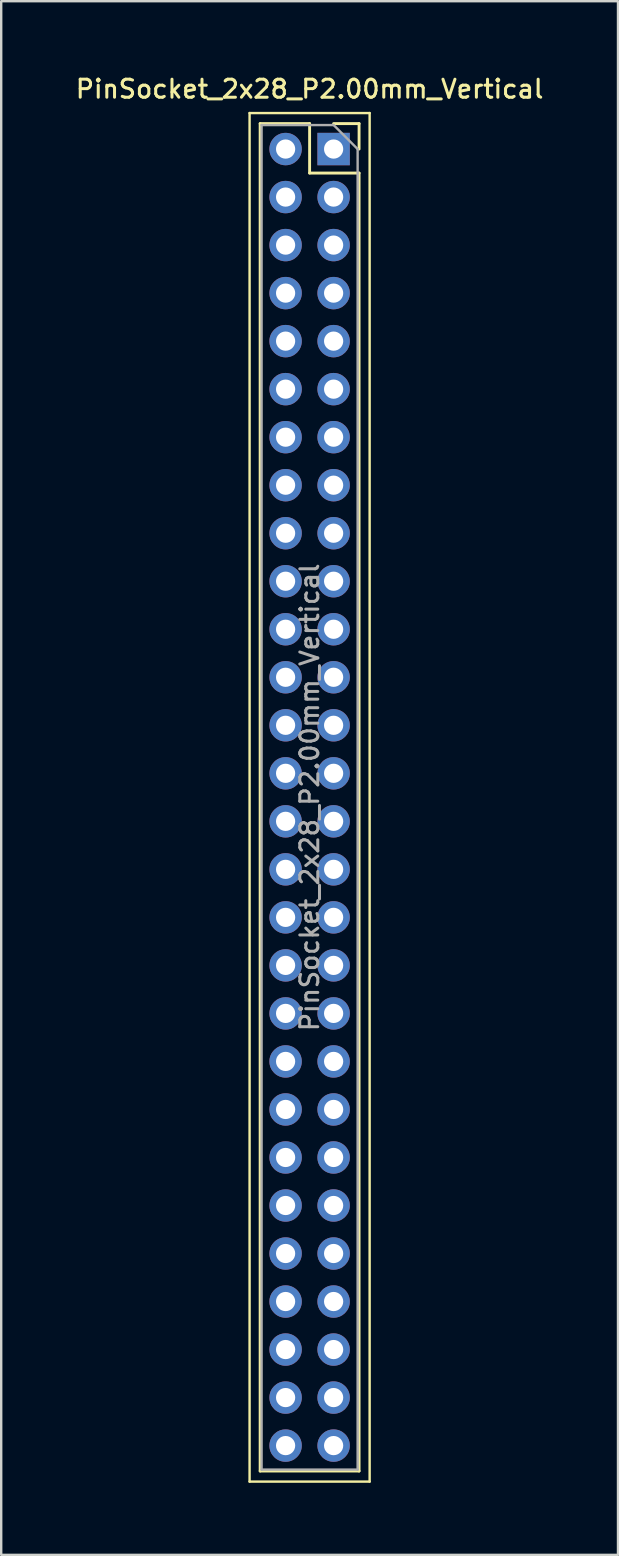
<source format=kicad_pcb>
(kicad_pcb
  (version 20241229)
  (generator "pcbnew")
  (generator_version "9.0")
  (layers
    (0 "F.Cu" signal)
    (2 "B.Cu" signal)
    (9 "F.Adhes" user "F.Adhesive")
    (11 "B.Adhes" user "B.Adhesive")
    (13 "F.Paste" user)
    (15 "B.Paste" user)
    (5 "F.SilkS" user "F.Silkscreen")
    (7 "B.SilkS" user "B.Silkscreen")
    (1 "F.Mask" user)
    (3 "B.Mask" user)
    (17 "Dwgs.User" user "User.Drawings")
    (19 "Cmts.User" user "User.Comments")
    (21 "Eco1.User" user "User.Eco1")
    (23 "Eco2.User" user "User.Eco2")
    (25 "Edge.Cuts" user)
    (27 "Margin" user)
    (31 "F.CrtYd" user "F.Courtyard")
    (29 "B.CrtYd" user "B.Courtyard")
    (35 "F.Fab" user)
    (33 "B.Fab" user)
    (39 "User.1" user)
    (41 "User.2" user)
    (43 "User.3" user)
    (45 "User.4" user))
  (footprint "PinSocket_2x28_P2.00mm_Vertical"
    (layer "F.Cu")
    (at 10.845 3.158)
    (property "Reference" "PinSocket_2x28_P2.00mm_Vertical" (at -1 -2.5 0) (layer "F.SilkS") (effects (font (size 0.75 0.75) (thickness 0.125))))
    (attr through_hole)
    (fp_line (start -3.5 -1.5) (end 1.5 -1.5) (stroke (width 0.1) (type solid)) (layer "F.SilkS"))
    (fp_line (start -3.5 55.5) (end -3.5 -1.5) (stroke (width 0.1) (type solid)) (layer "F.SilkS"))
    (fp_line (start -3.06 -1.06) (end -3.06 55.06) (stroke (width 0.12) (type solid)) (layer "F.SilkS"))
    (fp_line (start -3.06 -1.06) (end -1 -1.06) (stroke (width 0.12) (type solid)) (layer "F.SilkS"))
    (fp_line (start -3.06 55.06) (end 1.06 55.06) (stroke (width 0.12) (type solid)) (layer "F.SilkS"))
    (fp_line (start -1 -1.06) (end -1 1) (stroke (width 0.12) (type solid)) (layer "F.SilkS"))
    (fp_line (start -1 1) (end 1.06 1) (stroke (width 0.12) (type solid)) (layer "F.SilkS"))
    (fp_line (start 0 -1.06) (end 1.06 -1.06) (stroke (width 0.12) (type solid)) (layer "F.SilkS"))
    (fp_line (start 1.06 -1.06) (end 1.06 0) (stroke (width 0.12) (type solid)) (layer "F.SilkS"))
    (fp_line (start 1.06 1) (end 1.06 55.06) (stroke (width 0.12) (type solid)) (layer "F.SilkS"))
    (fp_line (start 1.5 -1.5) (end 1.5 55.5) (stroke (width 0.1) (type solid)) (layer "F.SilkS"))
    (fp_line (start 1.5 55.5) (end -3.5 55.5) (stroke (width 0.1) (type solid)) (layer "F.SilkS"))
    (fp_line (start -3 -1) (end 0 -1) (stroke (width 0.1) (type solid)) (layer "F.Fab"))
    (fp_line (start -3 55) (end -3 -1) (stroke (width 0.1) (type solid)) (layer "F.Fab"))
    (fp_line (start 0 -1) (end 1 0) (stroke (width 0.1) (type solid)) (layer "F.Fab"))
    (fp_line (start 1 0) (end 1 55) (stroke (width 0.1) (type solid)) (layer "F.Fab"))
    (fp_line (start 1 55) (end -3 55) (stroke (width 0.1) (type solid)) (layer "F.Fab"))
    (fp_text user "${REFERENCE}" (at -1 27 90) (layer "F.Fab") (effects (font (size 0.75 0.75) (thickness 0.125))))
    (pad "1" thru_hole rect (at 0 0) (size 1.35 1.35) (drill 0.8) (layers "*.Cu" "*.Mask"))
    (pad "2" thru_hole oval (at -2 0) (size 1.35 1.35) (drill 0.8) (layers "*.Cu" "*.Mask"))
    (pad "3" thru_hole oval (at 0 2) (size 1.35 1.35) (drill 0.8) (layers "*.Cu" "*.Mask"))
    (pad "4" thru_hole oval (at -2 2) (size 1.35 1.35) (drill 0.8) (layers "*.Cu" "*.Mask"))
    (pad "5" thru_hole oval (at 0 4) (size 1.35 1.35) (drill 0.8) (layers "*.Cu" "*.Mask"))
    (pad "6" thru_hole oval (at -2 4) (size 1.35 1.35) (drill 0.8) (layers "*.Cu" "*.Mask"))
    (pad "7" thru_hole oval (at 0 6) (size 1.35 1.35) (drill 0.8) (layers "*.Cu" "*.Mask"))
    (pad "8" thru_hole oval (at -2 6) (size 1.35 1.35) (drill 0.8) (layers "*.Cu" "*.Mask"))
    (pad "9" thru_hole oval (at 0 8) (size 1.35 1.35) (drill 0.8) (layers "*.Cu" "*.Mask"))
    (pad "10" thru_hole oval (at -2 8) (size 1.35 1.35) (drill 0.8) (layers "*.Cu" "*.Mask"))
    (pad "11" thru_hole oval (at 0 10) (size 1.35 1.35) (drill 0.8) (layers "*.Cu" "*.Mask"))
    (pad "12" thru_hole oval (at -2 10) (size 1.35 1.35) (drill 0.8) (layers "*.Cu" "*.Mask"))
    (pad "13" thru_hole oval (at 0 12) (size 1.35 1.35) (drill 0.8) (layers "*.Cu" "*.Mask"))
    (pad "14" thru_hole oval (at -2 12) (size 1.35 1.35) (drill 0.8) (layers "*.Cu" "*.Mask"))
    (pad "15" thru_hole oval (at 0 14) (size 1.35 1.35) (drill 0.8) (layers "*.Cu" "*.Mask"))
    (pad "16" thru_hole oval (at -2 14) (size 1.35 1.35) (drill 0.8) (layers "*.Cu" "*.Mask"))
    (pad "17" thru_hole oval (at 0 16) (size 1.35 1.35) (drill 0.8) (layers "*.Cu" "*.Mask"))
    (pad "18" thru_hole oval (at -2 16) (size 1.35 1.35) (drill 0.8) (layers "*.Cu" "*.Mask"))
    (pad "19" thru_hole oval (at 0 18) (size 1.35 1.35) (drill 0.8) (layers "*.Cu" "*.Mask"))
    (pad "20" thru_hole oval (at -2 18) (size 1.35 1.35) (drill 0.8) (layers "*.Cu" "*.Mask"))
    (pad "21" thru_hole oval (at 0 20) (size 1.35 1.35) (drill 0.8) (layers "*.Cu" "*.Mask"))
    (pad "22" thru_hole oval (at -2 20) (size 1.35 1.35) (drill 0.8) (layers "*.Cu" "*.Mask"))
    (pad "23" thru_hole oval (at 0 22) (size 1.35 1.35) (drill 0.8) (layers "*.Cu" "*.Mask"))
    (pad "24" thru_hole oval (at -2 22) (size 1.35 1.35) (drill 0.8) (layers "*.Cu" "*.Mask"))
    (pad "25" thru_hole oval (at 0 24) (size 1.35 1.35) (drill 0.8) (layers "*.Cu" "*.Mask"))
    (pad "26" thru_hole oval (at -2 24) (size 1.35 1.35) (drill 0.8) (layers "*.Cu" "*.Mask"))
    (pad "27" thru_hole oval (at 0 26) (size 1.35 1.35) (drill 0.8) (layers "*.Cu" "*.Mask"))
    (pad "28" thru_hole oval (at -2 26) (size 1.35 1.35) (drill 0.8) (layers "*.Cu" "*.Mask"))
    (pad "29" thru_hole oval (at 0 28) (size 1.35 1.35) (drill 0.8) (layers "*.Cu" "*.Mask"))
    (pad "30" thru_hole oval (at -2 28) (size 1.35 1.35) (drill 0.8) (layers "*.Cu" "*.Mask"))
    (pad "31" thru_hole oval (at 0 30) (size 1.35 1.35) (drill 0.8) (layers "*.Cu" "*.Mask"))
    (pad "32" thru_hole oval (at -2 30) (size 1.35 1.35) (drill 0.8) (layers "*.Cu" "*.Mask"))
    (pad "33" thru_hole oval (at 0 32) (size 1.35 1.35) (drill 0.8) (layers "*.Cu" "*.Mask"))
    (pad "34" thru_hole oval (at -2 32) (size 1.35 1.35) (drill 0.8) (layers "*.Cu" "*.Mask"))
    (pad "35" thru_hole oval (at 0 34) (size 1.35 1.35) (drill 0.8) (layers "*.Cu" "*.Mask"))
    (pad "36" thru_hole oval (at -2 34) (size 1.35 1.35) (drill 0.8) (layers "*.Cu" "*.Mask"))
    (pad "37" thru_hole oval (at 0 36) (size 1.35 1.35) (drill 0.8) (layers "*.Cu" "*.Mask"))
    (pad "38" thru_hole oval (at -2 36) (size 1.35 1.35) (drill 0.8) (layers "*.Cu" "*.Mask"))
    (pad "39" thru_hole oval (at 0 38) (size 1.35 1.35) (drill 0.8) (layers "*.Cu" "*.Mask"))
    (pad "40" thru_hole oval (at -2 38) (size 1.35 1.35) (drill 0.8) (layers "*.Cu" "*.Mask"))
    (pad "41" thru_hole oval (at 0 40) (size 1.35 1.35) (drill 0.8) (layers "*.Cu" "*.Mask"))
    (pad "42" thru_hole oval (at -2 40) (size 1.35 1.35) (drill 0.8) (layers "*.Cu" "*.Mask"))
    (pad "43" thru_hole oval (at 0 42) (size 1.35 1.35) (drill 0.8) (layers "*.Cu" "*.Mask"))
    (pad "44" thru_hole oval (at -2 42) (size 1.35 1.35) (drill 0.8) (layers "*.Cu" "*.Mask"))
    (pad "45" thru_hole oval (at 0 44) (size 1.35 1.35) (drill 0.8) (layers "*.Cu" "*.Mask"))
    (pad "46" thru_hole oval (at -2 44) (size 1.35 1.35) (drill 0.8) (layers "*.Cu" "*.Mask"))
    (pad "47" thru_hole oval (at 0 46) (size 1.35 1.35) (drill 0.8) (layers "*.Cu" "*.Mask"))
    (pad "48" thru_hole oval (at -2 46) (size 1.35 1.35) (drill 0.8) (layers "*.Cu" "*.Mask"))
    (pad "49" thru_hole oval (at 0 48) (size 1.35 1.35) (drill 0.8) (layers "*.Cu" "*.Mask"))
    (pad "50" thru_hole oval (at -2 48) (size 1.35 1.35) (drill 0.8) (layers "*.Cu" "*.Mask"))
    (pad "51" thru_hole oval (at 0 50) (size 1.35 1.35) (drill 0.8) (layers "*.Cu" "*.Mask"))
    (pad "52" thru_hole oval (at -2 50) (size 1.35 1.35) (drill 0.8) (layers "*.Cu" "*.Mask"))
    (pad "53" thru_hole oval (at 0 52) (size 1.35 1.35) (drill 0.8) (layers "*.Cu" "*.Mask"))
    (pad "54" thru_hole oval (at -2 52) (size 1.35 1.35) (drill 0.8) (layers "*.Cu" "*.Mask"))
    (pad "55" thru_hole oval (at 0 54) (size 1.35 1.35) (drill 0.8) (layers "*.Cu" "*.Mask"))
    (pad "56" thru_hole oval (at -2 54) (size 1.35 1.35) (drill 0.8) (layers "*.Cu" "*.Mask")))
  (gr_rect
    (start -3 -3)
    (end 22.689 61.708)
    (stroke (width 0.1) (type default))
    (fill no)
    (layer "Edge.Cuts")))
</source>
